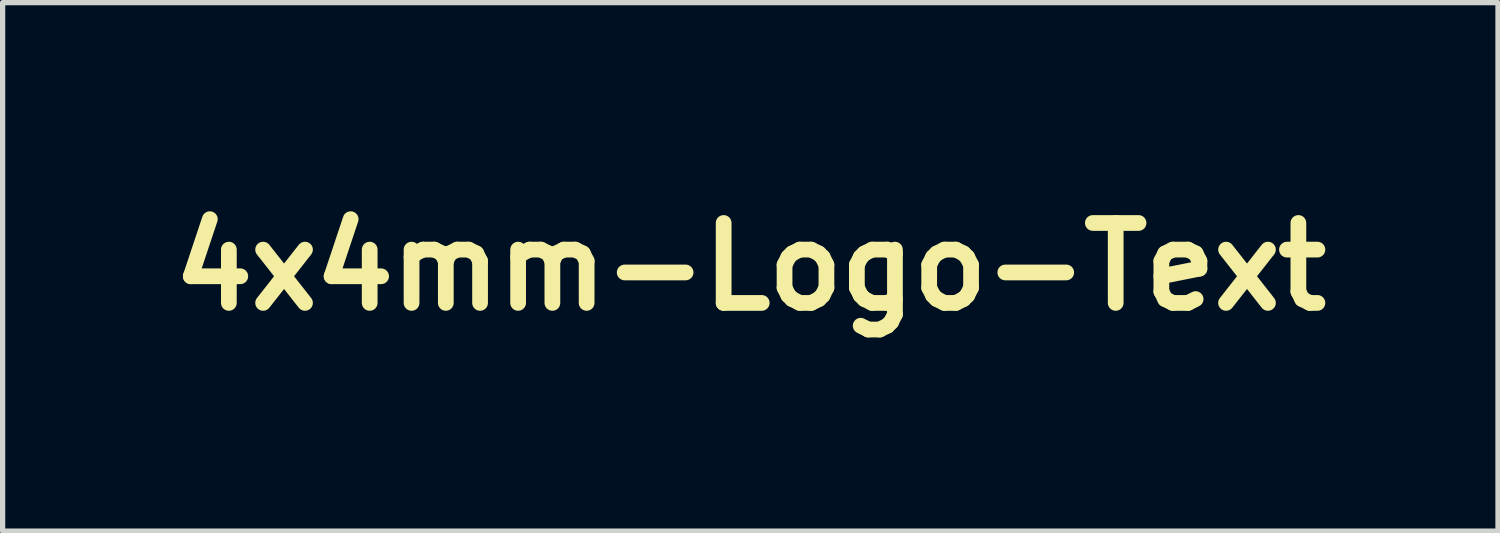
<source format=kicad_pcb>
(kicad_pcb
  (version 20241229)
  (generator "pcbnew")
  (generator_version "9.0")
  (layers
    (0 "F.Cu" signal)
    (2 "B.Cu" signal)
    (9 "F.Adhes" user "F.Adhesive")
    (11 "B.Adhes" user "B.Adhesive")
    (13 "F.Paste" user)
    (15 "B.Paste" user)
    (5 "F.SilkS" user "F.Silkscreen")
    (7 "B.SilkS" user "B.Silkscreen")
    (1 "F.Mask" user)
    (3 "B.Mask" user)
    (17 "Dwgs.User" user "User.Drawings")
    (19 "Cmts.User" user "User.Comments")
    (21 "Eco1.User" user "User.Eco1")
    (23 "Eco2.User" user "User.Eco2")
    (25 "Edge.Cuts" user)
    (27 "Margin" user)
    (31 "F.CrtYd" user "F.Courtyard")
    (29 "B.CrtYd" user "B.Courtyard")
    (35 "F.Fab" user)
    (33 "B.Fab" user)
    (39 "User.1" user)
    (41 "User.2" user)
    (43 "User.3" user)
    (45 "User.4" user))
  (footprint "4x4mm-Logo-Text"
    (layer "F.Cu")
    (at 11.256 2.036)
    (property "Reference" "4x4mm-Logo-Text" (at 0 0 0) (layer "F.SilkS") (effects (font (size 1.524 1.524) (thickness 0.3))))
    (attr through_hole)
    (fp_poly (pts (xy -1.499 1.911) (xy -1.188 1.911) (xy -1.188 2.035) (xy -1.634 2.035) (xy -1.634 1.287) (xy -1.499 1.287) (xy -1.499 1.911)) (stroke (width 0.01) (type solid)) (fill yes) (layer "F.Mask"))
    (fp_poly (pts (xy -1.857 1.411) (xy -2.224 1.411) (xy -2.224 1.589) (xy -1.88 1.589) (xy -1.88 1.71) (xy -2.224 1.71) (xy -2.224 1.911) (xy -1.834 1.911) (xy -1.834 2.035) (xy -2.348 2.035) (xy -2.348 1.287) (xy -1.857 1.287) (xy -1.857 1.411)) (stroke (width 0.01) (type solid)) (fill yes) (layer "F.Mask"))
    (fp_poly (pts (xy 2.337 1.411) (xy 1.97 1.411) (xy 1.97 1.589) (xy 2.317 1.589) (xy 2.317 1.71) (xy 1.97 1.71) (xy 1.97 1.911) (xy 2.348 1.911) (xy 2.348 2.035) (xy 1.846 2.035) (xy 1.846 1.287) (xy 2.337 1.287) (xy 2.337 1.411)) (stroke (width 0.01) (type solid)) (fill yes) (layer "F.Mask"))
    (fp_poly (pts (xy -0.517 1.348) (xy -0.518 1.41) (xy -0.702 1.41) (xy -0.886 1.411) (xy -0.886 1.589) (xy -0.539 1.589) (xy -0.539 1.71) (xy -0.886 1.71) (xy -0.886 1.911) (xy -0.691 1.911) (xy -0.495 1.912) (xy -0.495 1.973) (xy -0.494 2.035) (xy -1.01 2.035) (xy -1.01 1.287) (xy -0.516 1.287) (xy -0.517 1.348)) (stroke (width 0.01) (type solid)) (fill yes) (layer "F.Mask"))
    (fp_poly (pts (xy 1.681 1.295) (xy 1.68 1.3) (xy 1.68 1.31) (xy 1.679 1.323) (xy 1.678 1.338) (xy 1.678 1.342) (xy 1.677 1.357) (xy 1.676 1.372) (xy 1.675 1.384) (xy 1.675 1.392) (xy 1.675 1.393) (xy 1.673 1.405) (xy 1.606 1.407) (xy 1.584 1.407) (xy 1.56 1.408) (xy 1.536 1.409) (xy 1.514 1.409) (xy 1.495 1.41) (xy 1.492 1.41) (xy 1.445 1.412) (xy 1.445 2.035) (xy 1.31 2.035) (xy 1.31 1.411) (xy 1.199 1.41) (xy 1.088 1.41) (xy 1.087 1.348) (xy 1.086 1.287) (xy 1.682 1.287) (xy 1.681 1.295)) (stroke (width 0.01) (type solid)) (fill yes) (layer "F.Mask"))
    (fp_poly (pts (xy 0.051 -2.028) (xy 0.061 -2.02) (xy 0.071 -2.01) (xy 0.083 -1.996) (xy 0.096 -1.979) (xy 0.108 -1.96) (xy 0.11 -1.957) (xy 0.125 -1.934) (xy 0.142 -1.906) (xy 0.161 -1.875) (xy 0.183 -1.84) (xy 0.206 -1.801) (xy 0.232 -1.759) (xy 0.259 -1.714) (xy 0.287 -1.666) (xy 0.318 -1.616) (xy 0.349 -1.563) (xy 0.382 -1.508) (xy 0.415 -1.451) (xy 0.45 -1.393) (xy 0.486 -1.333) (xy 0.522 -1.272) (xy 0.559 -1.209) (xy 0.596 -1.146) (xy 0.634 -1.082) (xy 0.671 -1.018) (xy 0.709 -0.954) (xy 0.747 -0.889) (xy 0.784 -0.825) (xy 0.822 -0.762) (xy 0.858 -0.699) (xy 0.894 -0.637) (xy 0.93 -0.576) (xy 0.965 -0.517) (xy 0.998 -0.459) (xy 1.031 -0.403) (xy 1.062 -0.348) (xy 1.092 -0.297) (xy 1.12 -0.247) (xy 1.147 -0.2) (xy 1.172 -0.157) (xy 1.195 -0.116) (xy 1.217 -0.078) (xy 1.236 -0.045) (xy 1.253 -0.015) (xy 1.267 0.012) (xy 1.279 0.033) (xy 1.288 0.051) (xy 1.294 0.063) (xy 1.305 0.085) (xy 1.296 0.093) (xy 1.29 0.098) (xy 1.284 0.101) (xy 1.283 0.102) (xy 1.28 0.1) (xy 1.272 0.097) (xy 1.261 0.091) (xy 1.247 0.084) (xy 1.231 0.075) (xy 1.213 0.065) (xy 1.211 0.064) (xy 1.191 0.054) (xy 1.166 0.04) (xy 1.136 0.024) (xy 1.103 0.005) (xy 1.065 -0.016) (xy 1.023 -0.039) (xy 0.977 -0.064) (xy 0.928 -0.092) (xy 0.875 -0.121) (xy 0.819 -0.152) (xy 0.76 -0.185) (xy 0.699 -0.22) (xy 0.634 -0.256) (xy 0.567 -0.293) (xy 0.498 -0.332) (xy 0.427 -0.372) (xy 0.377 -0.399) (xy 0.025 -0.597) (xy 0.025 -1.095) (xy 0.025 -1.191) (xy 0.026 -1.282) (xy 0.026 -1.368) (xy 0.026 -1.449) (xy 0.027 -1.524) (xy 0.027 -1.595) (xy 0.028 -1.66) (xy 0.028 -1.721) (xy 0.029 -1.776) (xy 0.03 -1.826) (xy 0.031 -1.87) (xy 0.031 -1.909) (xy 0.032 -1.943) (xy 0.034 -1.971) (xy 0.035 -1.994) (xy 0.036 -2.011) (xy 0.037 -2.023) (xy 0.039 -2.029) (xy 0.039 -2.03) (xy 0.044 -2.031) (xy 0.051 -2.028)) (stroke (width 0.01) (type solid)) (fill yes) (layer "F.Mask"))
    (fp_poly (pts (xy -0.066 -2.023) (xy -0.064 -2.018) (xy -0.062 -2.008) (xy -0.061 -1.992) (xy -0.059 -1.971) (xy -0.057 -1.945) (xy -0.056 -1.914) (xy -0.054 -1.878) (xy -0.053 -1.836) (xy -0.052 -1.79) (xy -0.051 -1.754) (xy -0.05 -1.734) (xy -0.05 -1.709) (xy -0.049 -1.679) (xy -0.049 -1.645) (xy -0.049 -1.607) (xy -0.048 -1.565) (xy -0.048 -1.52) (xy -0.047 -1.473) (xy -0.047 -1.423) (xy -0.046 -1.371) (xy -0.046 -1.318) (xy -0.045 -1.264) (xy -0.045 -1.209) (xy -0.044 -1.154) (xy -0.044 -1.1) (xy -0.044 -1.046) (xy -0.043 -0.993) (xy -0.043 -0.942) (xy -0.043 -0.893) (xy -0.042 -0.846) (xy -0.042 -0.802) (xy -0.042 -0.761) (xy -0.042 -0.758) (xy -0.042 -0.594) (xy -0.253 -0.474) (xy -0.315 -0.439) (xy -0.372 -0.407) (xy -0.424 -0.377) (xy -0.473 -0.349) (xy -0.517 -0.324) (xy -0.558 -0.3) (xy -0.596 -0.279) (xy -0.631 -0.259) (xy -0.663 -0.241) (xy -0.693 -0.224) (xy -0.72 -0.208) (xy -0.746 -0.194) (xy -0.77 -0.18) (xy -0.792 -0.168) (xy -0.814 -0.156) (xy -0.834 -0.144) (xy -0.854 -0.133) (xy -0.874 -0.122) (xy -0.894 -0.11) (xy -0.913 -0.099) (xy -0.924 -0.093) (xy -0.98 -0.062) (xy -1.031 -0.033) (xy -1.077 -0.007) (xy -1.119 0.016) (xy -1.155 0.036) (xy -1.187 0.053) (xy -1.214 0.068) (xy -1.237 0.08) (xy -1.255 0.09) (xy -1.268 0.096) (xy -1.276 0.1) (xy -1.28 0.102) (xy -1.281 0.102) (xy -1.284 0.1) (xy -1.29 0.097) (xy -1.292 0.096) (xy -1.299 0.09) (xy -1.301 0.084) (xy -1.3 0.08) (xy -1.296 0.071) (xy -1.291 0.06) (xy -1.285 0.047) (xy -1.282 0.043) (xy -1.269 0.019) (xy -1.254 -0.01) (xy -1.236 -0.043) (xy -1.215 -0.08) (xy -1.192 -0.12) (xy -1.167 -0.165) (xy -1.14 -0.213) (xy -1.111 -0.263) (xy -1.08 -0.317) (xy -1.048 -0.373) (xy -1.014 -0.432) (xy -0.979 -0.492) (xy -0.943 -0.555) (xy -0.906 -0.619) (xy -0.868 -0.684) (xy -0.829 -0.751) (xy -0.79 -0.818) (xy -0.751 -0.886) (xy -0.711 -0.954) (xy -0.671 -1.022) (xy -0.631 -1.09) (xy -0.591 -1.157) (xy -0.552 -1.224) (xy -0.513 -1.29) (xy -0.475 -1.355) (xy -0.437 -1.418) (xy -0.401 -1.48) (xy -0.365 -1.54) (xy -0.331 -1.597) (xy -0.298 -1.652) (xy -0.267 -1.704) (xy -0.237 -1.754) (xy -0.209 -1.8) (xy -0.183 -1.843) (xy -0.159 -1.882) (xy -0.138 -1.917) (xy -0.119 -1.947) (xy -0.104 -1.971) (xy -0.092 -1.989) (xy -0.083 -2.003) (xy -0.075 -2.014) (xy -0.069 -2.02) (xy -0.066 -2.023) (xy -0.066 -2.023)) (stroke (width 0.01) (type solid)) (fill yes) (layer "F.Mask"))
    (fp_poly (pts (xy 0.323 1.287) (xy 0.327 1.287) (xy 0.327 1.288) (xy 0.326 1.29) (xy 0.323 1.298) (xy 0.319 1.31) (xy 0.312 1.327) (xy 0.304 1.347) (xy 0.295 1.37) (xy 0.284 1.396) (xy 0.273 1.425) (xy 0.26 1.456) (xy 0.247 1.488) (xy 0.237 1.513) (xy 0.221 1.552) (xy 0.205 1.592) (xy 0.188 1.633) (xy 0.171 1.675) (xy 0.155 1.716) (xy 0.139 1.756) (xy 0.124 1.793) (xy 0.11 1.828) (xy 0.097 1.859) (xy 0.087 1.884) (xy 0.074 1.916) (xy 0.063 1.943) (xy 0.054 1.966) (xy 0.046 1.985) (xy 0.04 2) (xy 0.035 2.011) (xy 0.031 2.02) (xy 0.027 2.026) (xy 0.025 2.03) (xy 0.023 2.032) (xy 0.022 2.032) (xy 0.017 2.033) (xy 0.008 2.034) (xy -0.005 2.034) (xy -0.021 2.034) (xy -0.037 2.035) (xy -0.089 2.035) (xy -0.166 1.837) (xy -0.186 1.787) (xy -0.205 1.738) (xy -0.224 1.69) (xy -0.242 1.643) (xy -0.259 1.599) (xy -0.275 1.556) (xy -0.291 1.516) (xy -0.305 1.479) (xy -0.318 1.445) (xy -0.33 1.414) (xy -0.34 1.387) (xy -0.349 1.364) (xy -0.356 1.345) (xy -0.361 1.331) (xy -0.364 1.323) (xy -0.369 1.31) (xy -0.371 1.302) (xy -0.372 1.297) (xy -0.371 1.294) (xy -0.37 1.293) (xy -0.364 1.291) (xy -0.353 1.289) (xy -0.339 1.288) (xy -0.323 1.287) (xy -0.305 1.287) (xy -0.287 1.287) (xy -0.27 1.288) (xy -0.256 1.289) (xy -0.244 1.29) (xy -0.237 1.292) (xy -0.236 1.292) (xy -0.23 1.298) (xy -0.223 1.307) (xy -0.222 1.311) (xy -0.219 1.317) (xy -0.215 1.327) (xy -0.209 1.343) (xy -0.201 1.363) (xy -0.192 1.388) (xy -0.181 1.418) (xy -0.168 1.453) (xy -0.154 1.494) (xy -0.137 1.539) (xy -0.119 1.59) (xy -0.099 1.645) (xy -0.079 1.702) (xy -0.069 1.728) (xy -0.061 1.752) (xy -0.053 1.774) (xy -0.046 1.793) (xy -0.039 1.808) (xy -0.035 1.82) (xy -0.031 1.828) (xy -0.03 1.831) (xy -0.03 1.831) (xy -0.027 1.828) (xy -0.024 1.82) (xy -0.018 1.809) (xy -0.011 1.794) (xy -0.004 1.776) (xy 0.005 1.757) (xy 0.014 1.736) (xy 0.023 1.714) (xy 0.032 1.692) (xy 0.038 1.675) (xy 0.043 1.662) (xy 0.05 1.644) (xy 0.058 1.622) (xy 0.068 1.597) (xy 0.078 1.57) (xy 0.089 1.541) (xy 0.1 1.51) (xy 0.112 1.479) (xy 0.12 1.457) (xy 0.131 1.428) (xy 0.141 1.401) (xy 0.151 1.375) (xy 0.159 1.353) (xy 0.166 1.333) (xy 0.173 1.317) (xy 0.177 1.305) (xy 0.18 1.297) (xy 0.182 1.293) (xy 0.182 1.293) (xy 0.185 1.293) (xy 0.193 1.292) (xy 0.204 1.291) (xy 0.219 1.29) (xy 0.235 1.29) (xy 0.252 1.289) (xy 0.27 1.288) (xy 0.286 1.288) (xy 0.301 1.287) (xy 0.314 1.287) (xy 0.323 1.287)) (stroke (width 0.01) (type solid)) (fill yes) (layer "F.Mask"))
    (fp_poly (pts (xy 0.94 1.655) (xy 0.959 1.698) (xy 0.977 1.74) (xy 0.994 1.78) (xy 1.01 1.819) (xy 1.025 1.854) (xy 1.04 1.888) (xy 1.053 1.918) (xy 1.064 1.945) (xy 1.074 1.969) (xy 1.083 1.989) (xy 1.089 2.005) (xy 1.094 2.016) (xy 1.097 2.023) (xy 1.098 2.025) (xy 1.095 2.028) (xy 1.09 2.031) (xy 1.084 2.031) (xy 1.074 2.032) (xy 1.06 2.032) (xy 1.044 2.032) (xy 1.026 2.032) (xy 1.009 2.032) (xy 0.992 2.031) (xy 0.978 2.031) (xy 0.972 2.03) (xy 0.95 2.028) (xy 0.915 1.946) (xy 0.88 1.863) (xy 0.719 1.863) (xy 0.558 1.864) (xy 0.524 1.946) (xy 0.49 2.029) (xy 0.466 2.03) (xy 0.45 2.031) (xy 0.433 2.032) (xy 0.416 2.033) (xy 0.398 2.033) (xy 0.382 2.034) (xy 0.369 2.034) (xy 0.359 2.034) (xy 0.353 2.033) (xy 0.352 2.033) (xy 0.351 2.033) (xy 0.349 2.032) (xy 0.348 2.032) (xy 0.347 2.031) (xy 0.347 2.029) (xy 0.347 2.026) (xy 0.348 2.022) (xy 0.35 2.017) (xy 0.352 2.01) (xy 0.355 2.001) (xy 0.36 1.99) (xy 0.365 1.977) (xy 0.372 1.961) (xy 0.379 1.943) (xy 0.389 1.921) (xy 0.399 1.896) (xy 0.412 1.867) (xy 0.426 1.835) (xy 0.441 1.799) (xy 0.459 1.758) (xy 0.471 1.731) (xy 0.613 1.731) (xy 0.613 1.734) (xy 0.614 1.736) (xy 0.614 1.736) (xy 0.619 1.738) (xy 0.629 1.74) (xy 0.643 1.741) (xy 0.66 1.742) (xy 0.679 1.743) (xy 0.7 1.744) (xy 0.723 1.744) (xy 0.745 1.744) (xy 0.767 1.743) (xy 0.787 1.742) (xy 0.792 1.741) (xy 0.805 1.74) (xy 0.816 1.739) (xy 0.824 1.737) (xy 0.827 1.736) (xy 0.827 1.733) (xy 0.824 1.726) (xy 0.82 1.714) (xy 0.815 1.699) (xy 0.809 1.681) (xy 0.801 1.661) (xy 0.793 1.64) (xy 0.785 1.617) (xy 0.776 1.594) (xy 0.768 1.571) (xy 0.76 1.55) (xy 0.752 1.529) (xy 0.745 1.511) (xy 0.739 1.496) (xy 0.734 1.484) (xy 0.732 1.481) (xy 0.727 1.469) (xy 0.723 1.462) (xy 0.72 1.458) (xy 0.719 1.459) (xy 0.717 1.463) (xy 0.712 1.472) (xy 0.706 1.485) (xy 0.699 1.502) (xy 0.69 1.523) (xy 0.681 1.547) (xy 0.67 1.573) (xy 0.659 1.602) (xy 0.657 1.609) (xy 0.646 1.638) (xy 0.636 1.662) (xy 0.629 1.682) (xy 0.623 1.698) (xy 0.619 1.71) (xy 0.616 1.72) (xy 0.614 1.726) (xy 0.613 1.731) (xy 0.471 1.731) (xy 0.479 1.713) (xy 0.5 1.664) (xy 0.524 1.609) (xy 0.525 1.607) (xy 0.541 1.571) (xy 0.556 1.535) (xy 0.571 1.501) (xy 0.585 1.468) (xy 0.599 1.438) (xy 0.611 1.41) (xy 0.621 1.386) (xy 0.631 1.364) (xy 0.638 1.347) (xy 0.644 1.334) (xy 0.648 1.325) (xy 0.649 1.323) (xy 0.661 1.293) (xy 0.679 1.291) (xy 0.688 1.291) (xy 0.701 1.29) (xy 0.716 1.29) (xy 0.733 1.289) (xy 0.739 1.289) (xy 0.783 1.288) (xy 0.94 1.655)) (stroke (width 0.01) (type solid)) (fill yes) (layer "F.Mask"))
    (fp_poly (pts (xy -0.006 -0.541) (xy -0.002 -0.54) (xy 0.001 -0.539) (xy 0.009 -0.536) (xy 0.022 -0.53) (xy 0.04 -0.522) (xy 0.061 -0.511) (xy 0.087 -0.498) (xy 0.116 -0.482) (xy 0.148 -0.465) (xy 0.184 -0.446) (xy 0.223 -0.425) (xy 0.264 -0.403) (xy 0.307 -0.379) (xy 0.353 -0.354) (xy 0.4 -0.327) (xy 0.449 -0.3) (xy 0.5 -0.272) (xy 0.552 -0.243) (xy 0.604 -0.213) (xy 0.657 -0.183) (xy 0.711 -0.153) (xy 0.764 -0.122) (xy 0.818 -0.091) (xy 0.871 -0.061) (xy 0.923 -0.031) (xy 0.975 -0.001) (xy 1.025 0.029) (xy 1.074 0.058) (xy 1.091 0.067) (xy 1.134 0.093) (xy 1.172 0.116) (xy 1.206 0.136) (xy 1.234 0.154) (xy 1.258 0.169) (xy 1.277 0.181) (xy 1.291 0.191) (xy 1.3 0.198) (xy 1.304 0.202) (xy 1.304 0.203) (xy 1.301 0.207) (xy 1.294 0.213) (xy 1.283 0.222) (xy 1.268 0.232) (xy 1.25 0.245) (xy 1.228 0.259) (xy 1.203 0.274) (xy 1.176 0.291) (xy 1.148 0.309) (xy 1.117 0.327) (xy 1.085 0.346) (xy 1.052 0.366) (xy 1.018 0.386) (xy 0.984 0.405) (xy 0.951 0.425) (xy 0.917 0.444) (xy 0.885 0.462) (xy 0.853 0.479) (xy 0.824 0.495) (xy 0.796 0.51) (xy 0.77 0.523) (xy 0.747 0.535) (xy 0.745 0.536) (xy 0.731 0.543) (xy 0.718 0.549) (xy 0.707 0.554) (xy 0.699 0.557) (xy 0.697 0.557) (xy 0.693 0.557) (xy 0.686 0.555) (xy 0.676 0.552) (xy 0.662 0.545) (xy 0.645 0.537) (xy 0.619 0.524) (xy 0.589 0.508) (xy 0.554 0.49) (xy 0.516 0.469) (xy 0.474 0.446) (xy 0.428 0.421) (xy 0.379 0.393) (xy 0.368 0.387) (xy 0.326 0.364) (xy 0.286 0.341) (xy 0.247 0.32) (xy 0.211 0.299) (xy 0.177 0.28) (xy 0.146 0.263) (xy 0.118 0.247) (xy 0.093 0.234) (xy 0.072 0.222) (xy 0.055 0.213) (xy 0.042 0.206) (xy 0.033 0.202) (xy 0.033 0.201) (xy 0.011 0.191) (xy -0.004 0.196) (xy -0.017 0.201) (xy -0.036 0.209) (xy -0.059 0.22) (xy -0.086 0.233) (xy -0.116 0.249) (xy -0.151 0.267) (xy -0.189 0.287) (xy -0.23 0.309) (xy -0.275 0.333) (xy -0.322 0.359) (xy -0.34 0.369) (xy -0.39 0.397) (xy -0.437 0.423) (xy -0.481 0.446) (xy -0.522 0.468) (xy -0.558 0.487) (xy -0.591 0.505) (xy -0.62 0.519) (xy -0.645 0.532) (xy -0.665 0.542) (xy -0.682 0.549) (xy -0.693 0.553) (xy -0.7 0.555) (xy -0.704 0.555) (xy -0.709 0.554) (xy -0.716 0.552) (xy -0.726 0.548) (xy -0.738 0.542) (xy -0.754 0.534) (xy -0.784 0.518) (xy -0.817 0.501) (xy -0.851 0.482) (xy -0.886 0.463) (xy -0.923 0.442) (xy -0.959 0.421) (xy -0.996 0.4) (xy -1.032 0.379) (xy -1.068 0.358) (xy -1.103 0.337) (xy -1.136 0.317) (xy -1.167 0.298) (xy -1.195 0.28) (xy -1.222 0.263) (xy -1.245 0.248) (xy -1.264 0.234) (xy -1.28 0.223) (xy -1.292 0.214) (xy -1.298 0.208) (xy -1.304 0.201) (xy -1.294 0.193) (xy -1.285 0.186) (xy -1.272 0.177) (xy -1.254 0.165) (xy -1.232 0.151) (xy -1.206 0.135) (xy -1.177 0.117) (xy -1.144 0.098) (xy -1.108 0.076) (xy -1.07 0.053) (xy -1.029 0.029) (xy -0.986 0.004) (xy -0.941 -0.023) (xy -0.894 -0.05) (xy -0.847 -0.078) (xy -0.798 -0.106) (xy -0.748 -0.135) (xy -0.698 -0.164) (xy -0.647 -0.193) (xy -0.597 -0.222) (xy -0.547 -0.25) (xy -0.497 -0.278) (xy -0.448 -0.306) (xy -0.401 -0.333) (xy -0.355 -0.359) (xy -0.31 -0.383) (xy -0.268 -0.407) (xy -0.228 -0.429) (xy -0.19 -0.45) (xy -0.155 -0.469) (xy -0.123 -0.486) (xy -0.095 -0.501) (xy -0.07 -0.514) (xy -0.049 -0.524) (xy -0.047 -0.525) (xy -0.033 -0.532) (xy -0.023 -0.537) (xy -0.016 -0.54) (xy -0.01 -0.541) (xy -0.006 -0.541)) (stroke (width 0.01) (type solid)) (fill yes) (layer "F.Mask")))
  (gr_rect
    (start -3 -3)
    (end 25.512 7.076)
    (stroke (width 0.1) (type default))
    (fill no)
    (layer "Edge.Cuts")))
</source>
